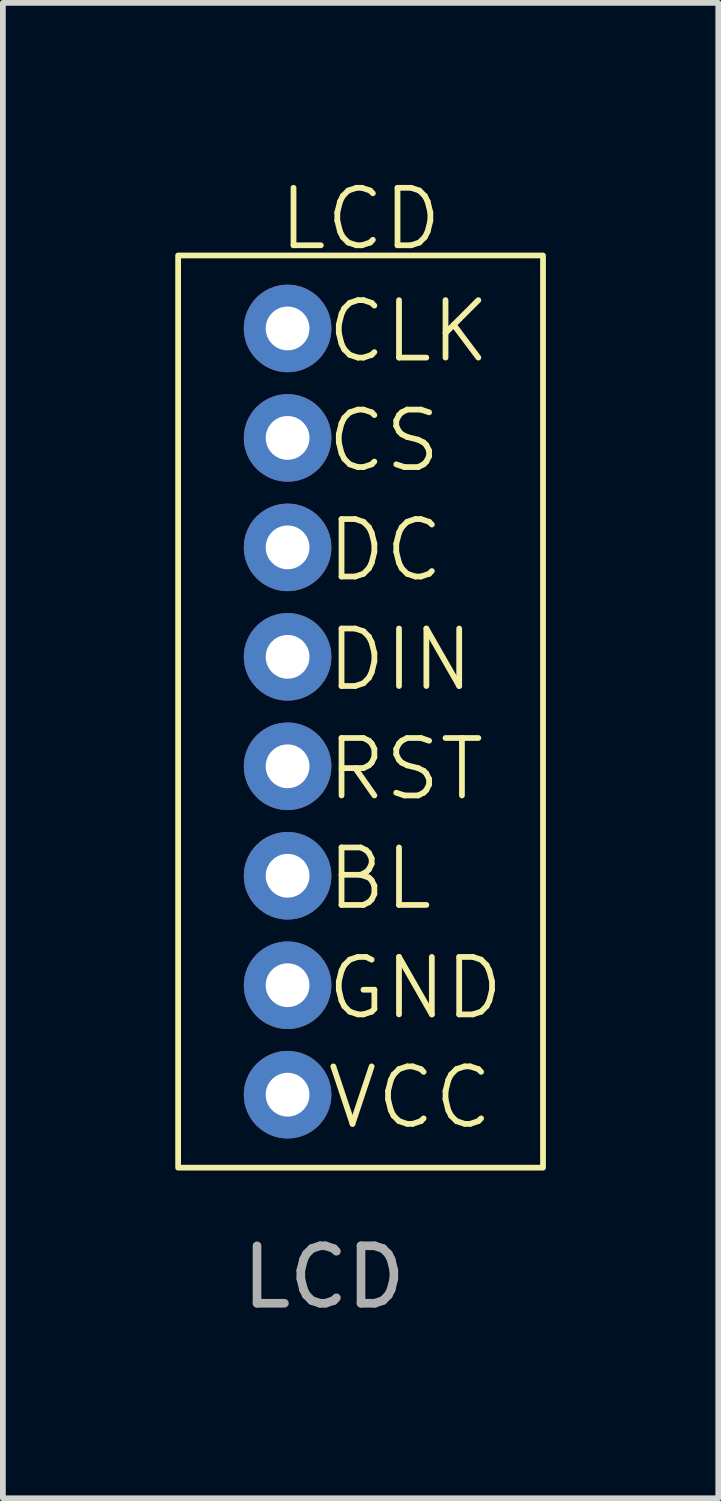
<source format=kicad_pcb>
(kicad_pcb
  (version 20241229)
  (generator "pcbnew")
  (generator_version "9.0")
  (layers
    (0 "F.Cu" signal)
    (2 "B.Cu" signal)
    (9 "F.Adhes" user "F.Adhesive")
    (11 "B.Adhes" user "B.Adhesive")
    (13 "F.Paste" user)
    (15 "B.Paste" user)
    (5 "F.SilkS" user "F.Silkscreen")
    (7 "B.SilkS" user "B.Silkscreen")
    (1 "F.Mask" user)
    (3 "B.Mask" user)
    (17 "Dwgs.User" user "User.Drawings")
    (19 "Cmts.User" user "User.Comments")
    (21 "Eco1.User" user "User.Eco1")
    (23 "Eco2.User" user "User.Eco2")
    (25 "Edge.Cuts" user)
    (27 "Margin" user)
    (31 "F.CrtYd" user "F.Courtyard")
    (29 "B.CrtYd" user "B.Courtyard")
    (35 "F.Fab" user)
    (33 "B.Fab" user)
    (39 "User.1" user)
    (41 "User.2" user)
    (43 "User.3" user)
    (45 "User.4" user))
  (footprint "LCD"
    (layer "F.Cu")
    (at 1.955 11.556)
    (property "Reference" "LCD" (at 1.27 -10.795 0) (unlocked yes) (layer "F.SilkS") (effects (font (size 1 1) (thickness 0.1))))
    (attr through_hole)
    (fp_rect (start -1.905 -10.16) (end 4.445 5.715) (stroke (width 0.1) (type default)) (fill no) (layer "F.SilkS"))
    (fp_text user "DC" (at 0.635 -4.445 0) (unlocked yes) (layer "F.SilkS") (effects (font (size 1 1) (thickness 0.1)) (justify left bottom)))
    (fp_text user "CS" (at 0.635 -6.35 0) (unlocked yes) (layer "F.SilkS") (effects (font (size 1 1) (thickness 0.1)) (justify left bottom)))
    (fp_text user "CLK" (at 0.635 -8.255 0) (unlocked yes) (layer "F.SilkS") (effects (font (size 1 1) (thickness 0.1)) (justify left bottom)))
    (fp_text user "VCC" (at 0.635 5.08 0) (unlocked yes) (layer "F.SilkS") (effects (font (size 1 1) (thickness 0.1)) (justify left bottom)))
    (fp_text user "RST" (at 0.635 -0.635 0) (unlocked yes) (layer "F.SilkS") (effects (font (size 1 1) (thickness 0.1)) (justify left bottom)))
    (fp_text user "BL" (at 0.635 1.27 0) (unlocked yes) (layer "F.SilkS") (effects (font (size 1 1) (thickness 0.1)) (justify left bottom)))
    (fp_text user "GND" (at 0.635 3.175 0) (unlocked yes) (layer "F.SilkS") (effects (font (size 1 1) (thickness 0.1)) (justify left bottom)))
    (fp_text user "DIN" (at 0.635 -2.54 0) (unlocked yes) (layer "F.SilkS") (effects (font (size 1 1) (thickness 0.1)) (justify left bottom)))
    (fp_text user "${REFERENCE}" (at 0.635 7.62 0) (unlocked yes) (layer "F.Fab") (effects (font (size 1 1) (thickness 0.15))))
    (pad "1" thru_hole circle (at 0 4.445) (size 1.524 1.524) (drill 0.762) (layers "*.Cu" "*.Mask"))
    (pad "2" thru_hole circle (at 0 2.54) (size 1.524 1.524) (drill 0.762) (layers "*.Cu" "*.Mask"))
    (pad "3" thru_hole circle (at 0 -3.175) (size 1.524 1.524) (drill 0.762) (layers "*.Cu" "*.Mask"))
    (pad "4" thru_hole circle (at 0 -8.89) (size 1.524 1.524) (drill 0.762) (layers "*.Cu" "*.Mask"))
    (pad "5" thru_hole circle (at 0 -6.985) (size 1.524 1.524) (drill 0.762) (layers "*.Cu" "*.Mask"))
    (pad "6" thru_hole circle (at 0 -5.08) (size 1.524 1.524) (drill 0.762) (layers "*.Cu" "*.Mask"))
    (pad "7" thru_hole circle (at 0 -1.27) (size 1.524 1.524) (drill 0.762) (layers "*.Cu" "*.Mask"))
    (pad "8" thru_hole circle (at 0 0.635) (size 1.524 1.524) (drill 0.762) (layers "*.Cu" "*.Mask")))
  (gr_rect
    (start -3 -3)
    (end 9.45 23.024)
    (stroke (width 0.1) (type default))
    (fill no)
    (layer "Edge.Cuts")))
</source>
